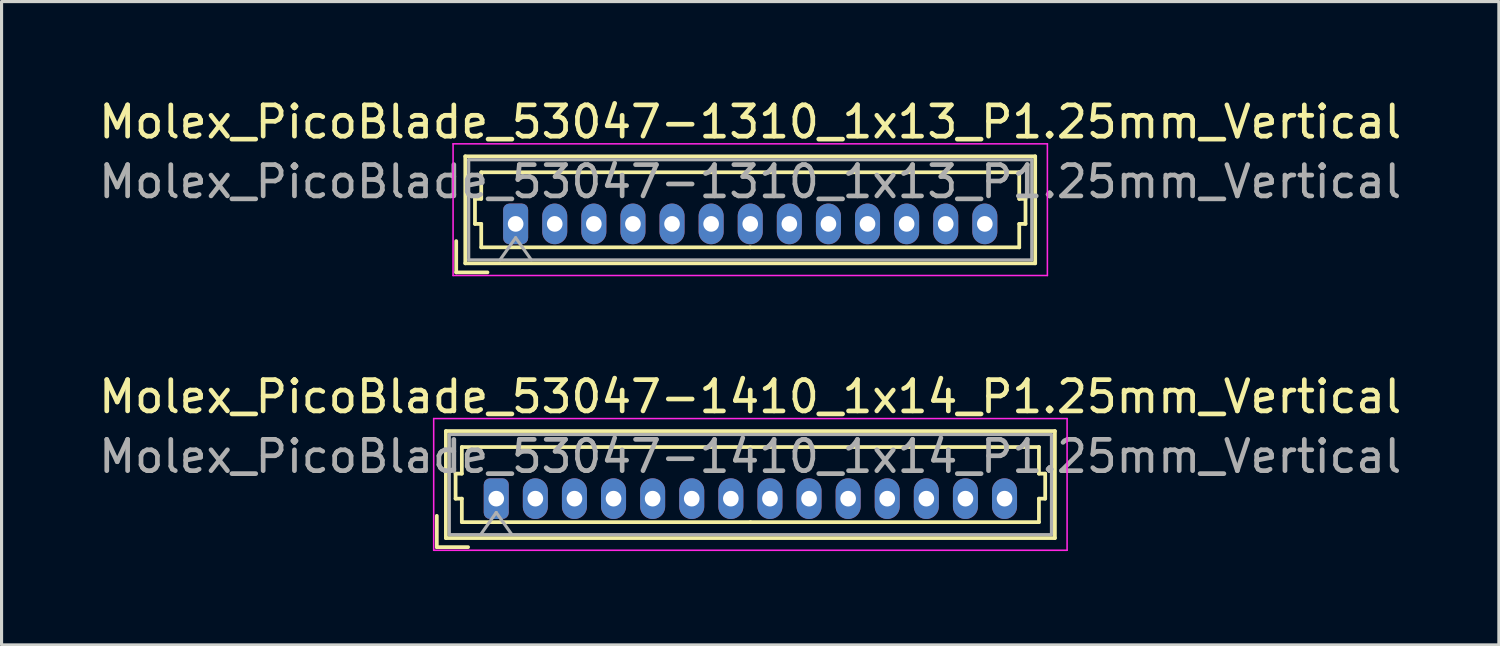
<source format=kicad_pcb>
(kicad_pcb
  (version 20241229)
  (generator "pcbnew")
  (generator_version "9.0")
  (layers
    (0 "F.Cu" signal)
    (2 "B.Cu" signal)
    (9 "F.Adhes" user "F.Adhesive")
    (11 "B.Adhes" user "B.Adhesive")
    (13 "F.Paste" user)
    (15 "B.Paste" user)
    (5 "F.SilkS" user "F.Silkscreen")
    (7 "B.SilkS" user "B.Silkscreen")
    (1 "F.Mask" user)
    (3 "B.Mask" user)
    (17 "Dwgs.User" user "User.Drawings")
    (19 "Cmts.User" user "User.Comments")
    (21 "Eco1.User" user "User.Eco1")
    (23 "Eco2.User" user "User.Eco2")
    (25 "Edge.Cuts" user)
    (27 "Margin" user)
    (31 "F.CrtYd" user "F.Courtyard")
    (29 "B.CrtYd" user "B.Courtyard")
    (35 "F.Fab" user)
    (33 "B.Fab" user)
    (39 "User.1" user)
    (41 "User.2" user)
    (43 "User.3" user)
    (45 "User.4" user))
  (footprint "Molex_PicoBlade_53047-1310_1x13_P1.25mm_Vertical"
    (layer "F.Cu")
    (at 13.435 4.108)
    (property "Reference" "Molex_PicoBlade_53047-1310_1x13_P1.25mm_Vertical" (at 7.5 -3.26 0) (layer "F.SilkS") (effects (font (size 1 1) (thickness 0.15))))
    (attr through_hole)
    (fp_line (start -1.9 1.55) (end -1.9 0.55) (stroke (width 0.12) (type solid)) (layer "F.SilkS"))
    (fp_line (start -1.9 1.55) (end -0.9 1.55) (stroke (width 0.12) (type solid)) (layer "F.SilkS"))
    (fp_line (start -1.61 -2.16) (end -1.61 1.26) (stroke (width 0.12) (type solid)) (layer "F.SilkS"))
    (fp_line (start -1.61 1.26) (end 16.61 1.26) (stroke (width 0.12) (type solid)) (layer "F.SilkS"))
    (fp_line (start -1.3 -0.8) (end -1.1 -0.8) (stroke (width 0.12) (type solid)) (layer "F.SilkS"))
    (fp_line (start -1.3 0) (end -1.3 -0.8) (stroke (width 0.12) (type solid)) (layer "F.SilkS"))
    (fp_line (start -1.1 -1.65) (end 7.5 -1.65) (stroke (width 0.12) (type solid)) (layer "F.SilkS"))
    (fp_line (start -1.1 -0.8) (end -1.1 -1.65) (stroke (width 0.12) (type solid)) (layer "F.SilkS"))
    (fp_line (start -1.1 0) (end -1.3 0) (stroke (width 0.12) (type solid)) (layer "F.SilkS"))
    (fp_line (start -1.1 0.75) (end -1.1 0) (stroke (width 0.12) (type solid)) (layer "F.SilkS"))
    (fp_line (start 7.5 0.75) (end -1.1 0.75) (stroke (width 0.12) (type solid)) (layer "F.SilkS"))
    (fp_line (start 7.5 0.75) (end 16.1 0.75) (stroke (width 0.12) (type solid)) (layer "F.SilkS"))
    (fp_line (start 16.1 -1.65) (end 7.5 -1.65) (stroke (width 0.12) (type solid)) (layer "F.SilkS"))
    (fp_line (start 16.1 -0.8) (end 16.1 -1.65) (stroke (width 0.12) (type solid)) (layer "F.SilkS"))
    (fp_line (start 16.1 0) (end 16.3 0) (stroke (width 0.12) (type solid)) (layer "F.SilkS"))
    (fp_line (start 16.1 0.75) (end 16.1 0) (stroke (width 0.12) (type solid)) (layer "F.SilkS"))
    (fp_line (start 16.3 -0.8) (end 16.1 -0.8) (stroke (width 0.12) (type solid)) (layer "F.SilkS"))
    (fp_line (start 16.3 0) (end 16.3 -0.8) (stroke (width 0.12) (type solid)) (layer "F.SilkS"))
    (fp_line (start 16.61 -2.16) (end -1.61 -2.16) (stroke (width 0.12) (type solid)) (layer "F.SilkS"))
    (fp_line (start 16.61 1.26) (end 16.61 -2.16) (stroke (width 0.12) (type solid)) (layer "F.SilkS"))
    (fp_line (start -2 -2.56) (end -2 1.65) (stroke (width 0.05) (type solid)) (layer "F.CrtYd"))
    (fp_line (start -2 1.65) (end 17 1.65) (stroke (width 0.05) (type solid)) (layer "F.CrtYd"))
    (fp_line (start 17 -2.56) (end -2 -2.56) (stroke (width 0.05) (type solid)) (layer "F.CrtYd"))
    (fp_line (start 17 1.65) (end 17 -2.56) (stroke (width 0.05) (type solid)) (layer "F.CrtYd"))
    (fp_line (start -1.5 -2.05) (end -1.5 1.15) (stroke (width 0.1) (type solid)) (layer "F.Fab"))
    (fp_line (start -1.5 1.15) (end 16.5 1.15) (stroke (width 0.1) (type solid)) (layer "F.Fab"))
    (fp_line (start -0.5 1.15) (end 0 0.443) (stroke (width 0.1) (type solid)) (layer "F.Fab"))
    (fp_line (start 0 0.443) (end 0.5 1.15) (stroke (width 0.1) (type solid)) (layer "F.Fab"))
    (fp_line (start 16.5 -2.05) (end -1.5 -2.05) (stroke (width 0.1) (type solid)) (layer "F.Fab"))
    (fp_line (start 16.5 1.15) (end 16.5 -2.05) (stroke (width 0.1) (type solid)) (layer "F.Fab"))
    (fp_text user "${REFERENCE}" (at 7.5 -1.35 0) (layer "F.Fab") (effects (font (size 1 1) (thickness 0.15))))
    (pad "1" thru_hole roundrect (at 0 0) (size 0.8 1.3) (drill 0.5) (layers "*.Cu" "*.Mask") (roundrect_rratio 0.25))
    (pad "2" thru_hole oval (at 1.25 0) (size 0.8 1.3) (drill 0.5) (layers "*.Cu" "*.Mask"))
    (pad "3" thru_hole oval (at 2.5 0) (size 0.8 1.3) (drill 0.5) (layers "*.Cu" "*.Mask"))
    (pad "4" thru_hole oval (at 3.75 0) (size 0.8 1.3) (drill 0.5) (layers "*.Cu" "*.Mask"))
    (pad "5" thru_hole oval (at 5 0) (size 0.8 1.3) (drill 0.5) (layers "*.Cu" "*.Mask"))
    (pad "6" thru_hole oval (at 6.25 0) (size 0.8 1.3) (drill 0.5) (layers "*.Cu" "*.Mask"))
    (pad "7" thru_hole oval (at 7.5 0) (size 0.8 1.3) (drill 0.5) (layers "*.Cu" "*.Mask"))
    (pad "8" thru_hole oval (at 8.75 0) (size 0.8 1.3) (drill 0.5) (layers "*.Cu" "*.Mask"))
    (pad "9" thru_hole oval (at 10 0) (size 0.8 1.3) (drill 0.5) (layers "*.Cu" "*.Mask"))
    (pad "10" thru_hole oval (at 11.25 0) (size 0.8 1.3) (drill 0.5) (layers "*.Cu" "*.Mask"))
    (pad "11" thru_hole oval (at 12.5 0) (size 0.8 1.3) (drill 0.5) (layers "*.Cu" "*.Mask"))
    (pad "12" thru_hole oval (at 13.75 0) (size 0.8 1.3) (drill 0.5) (layers "*.Cu" "*.Mask"))
    (pad "13" thru_hole oval (at 15 0) (size 0.8 1.3) (drill 0.5) (layers "*.Cu" "*.Mask")))
  (footprint "Molex_PicoBlade_53047-1410_1x14_P1.25mm_Vertical"
    (layer "F.Cu")
    (at 12.815 12.892)
    (property "Reference" "Molex_PicoBlade_53047-1410_1x14_P1.25mm_Vertical" (at 8.12 -3.26 0) (layer "F.SilkS") (effects (font (size 1 1) (thickness 0.15))))
    (attr through_hole)
    (fp_line (start -1.9 1.55) (end -1.9 0.55) (stroke (width 0.12) (type solid)) (layer "F.SilkS"))
    (fp_line (start -1.9 1.55) (end -0.9 1.55) (stroke (width 0.12) (type solid)) (layer "F.SilkS"))
    (fp_line (start -1.61 -2.16) (end -1.61 1.26) (stroke (width 0.12) (type solid)) (layer "F.SilkS"))
    (fp_line (start -1.61 1.26) (end 17.86 1.26) (stroke (width 0.12) (type solid)) (layer "F.SilkS"))
    (fp_line (start -1.3 -0.8) (end -1.1 -0.8) (stroke (width 0.12) (type solid)) (layer "F.SilkS"))
    (fp_line (start -1.3 0) (end -1.3 -0.8) (stroke (width 0.12) (type solid)) (layer "F.SilkS"))
    (fp_line (start -1.1 -1.65) (end 8.125 -1.65) (stroke (width 0.12) (type solid)) (layer "F.SilkS"))
    (fp_line (start -1.1 -0.8) (end -1.1 -1.65) (stroke (width 0.12) (type solid)) (layer "F.SilkS"))
    (fp_line (start -1.1 0) (end -1.3 0) (stroke (width 0.12) (type solid)) (layer "F.SilkS"))
    (fp_line (start -1.1 0.75) (end -1.1 0) (stroke (width 0.12) (type solid)) (layer "F.SilkS"))
    (fp_line (start 8.125 0.75) (end -1.1 0.75) (stroke (width 0.12) (type solid)) (layer "F.SilkS"))
    (fp_line (start 8.125 0.75) (end 17.35 0.75) (stroke (width 0.12) (type solid)) (layer "F.SilkS"))
    (fp_line (start 17.35 -1.65) (end 8.125 -1.65) (stroke (width 0.12) (type solid)) (layer "F.SilkS"))
    (fp_line (start 17.35 -0.8) (end 17.35 -1.65) (stroke (width 0.12) (type solid)) (layer "F.SilkS"))
    (fp_line (start 17.35 0) (end 17.55 0) (stroke (width 0.12) (type solid)) (layer "F.SilkS"))
    (fp_line (start 17.35 0.75) (end 17.35 0) (stroke (width 0.12) (type solid)) (layer "F.SilkS"))
    (fp_line (start 17.55 -0.8) (end 17.35 -0.8) (stroke (width 0.12) (type solid)) (layer "F.SilkS"))
    (fp_line (start 17.55 0) (end 17.55 -0.8) (stroke (width 0.12) (type solid)) (layer "F.SilkS"))
    (fp_line (start 17.86 -2.16) (end -1.61 -2.16) (stroke (width 0.12) (type solid)) (layer "F.SilkS"))
    (fp_line (start 17.86 1.26) (end 17.86 -2.16) (stroke (width 0.12) (type solid)) (layer "F.SilkS"))
    (fp_line (start -2 -2.56) (end -2 1.65) (stroke (width 0.05) (type solid)) (layer "F.CrtYd"))
    (fp_line (start -2 1.65) (end 18.25 1.65) (stroke (width 0.05) (type solid)) (layer "F.CrtYd"))
    (fp_line (start 18.25 -2.56) (end -2 -2.56) (stroke (width 0.05) (type solid)) (layer "F.CrtYd"))
    (fp_line (start 18.25 1.65) (end 18.25 -2.56) (stroke (width 0.05) (type solid)) (layer "F.CrtYd"))
    (fp_line (start -1.5 -2.05) (end -1.5 1.15) (stroke (width 0.1) (type solid)) (layer "F.Fab"))
    (fp_line (start -1.5 1.15) (end 17.75 1.15) (stroke (width 0.1) (type solid)) (layer "F.Fab"))
    (fp_line (start -0.5 1.15) (end 0 0.443) (stroke (width 0.1) (type solid)) (layer "F.Fab"))
    (fp_line (start 0 0.443) (end 0.5 1.15) (stroke (width 0.1) (type solid)) (layer "F.Fab"))
    (fp_line (start 17.75 -2.05) (end -1.5 -2.05) (stroke (width 0.1) (type solid)) (layer "F.Fab"))
    (fp_line (start 17.75 1.15) (end 17.75 -2.05) (stroke (width 0.1) (type solid)) (layer "F.Fab"))
    (fp_text user "${REFERENCE}" (at 8.12 -1.35 0) (layer "F.Fab") (effects (font (size 1 1) (thickness 0.15))))
    (pad "1" thru_hole roundrect (at 0 0) (size 0.8 1.3) (drill 0.5) (layers "*.Cu" "*.Mask") (roundrect_rratio 0.25))
    (pad "2" thru_hole oval (at 1.25 0) (size 0.8 1.3) (drill 0.5) (layers "*.Cu" "*.Mask"))
    (pad "3" thru_hole oval (at 2.5 0) (size 0.8 1.3) (drill 0.5) (layers "*.Cu" "*.Mask"))
    (pad "4" thru_hole oval (at 3.75 0) (size 0.8 1.3) (drill 0.5) (layers "*.Cu" "*.Mask"))
    (pad "5" thru_hole oval (at 5 0) (size 0.8 1.3) (drill 0.5) (layers "*.Cu" "*.Mask"))
    (pad "6" thru_hole oval (at 6.25 0) (size 0.8 1.3) (drill 0.5) (layers "*.Cu" "*.Mask"))
    (pad "7" thru_hole oval (at 7.5 0) (size 0.8 1.3) (drill 0.5) (layers "*.Cu" "*.Mask"))
    (pad "8" thru_hole oval (at 8.75 0) (size 0.8 1.3) (drill 0.5) (layers "*.Cu" "*.Mask"))
    (pad "9" thru_hole oval (at 10 0) (size 0.8 1.3) (drill 0.5) (layers "*.Cu" "*.Mask"))
    (pad "10" thru_hole oval (at 11.25 0) (size 0.8 1.3) (drill 0.5) (layers "*.Cu" "*.Mask"))
    (pad "11" thru_hole oval (at 12.5 0) (size 0.8 1.3) (drill 0.5) (layers "*.Cu" "*.Mask"))
    (pad "12" thru_hole oval (at 13.75 0) (size 0.8 1.3) (drill 0.5) (layers "*.Cu" "*.Mask"))
    (pad "13" thru_hole oval (at 15 0) (size 0.8 1.3) (drill 0.5) (layers "*.Cu" "*.Mask"))
    (pad "14" thru_hole oval (at 16.25 0) (size 0.8 1.3) (drill 0.5) (layers "*.Cu" "*.Mask")))
  (gr_rect
    (start -3 -3)
    (end 44.869 17.567)
    (stroke (width 0.1) (type default))
    (fill no)
    (layer "Edge.Cuts")))
</source>
